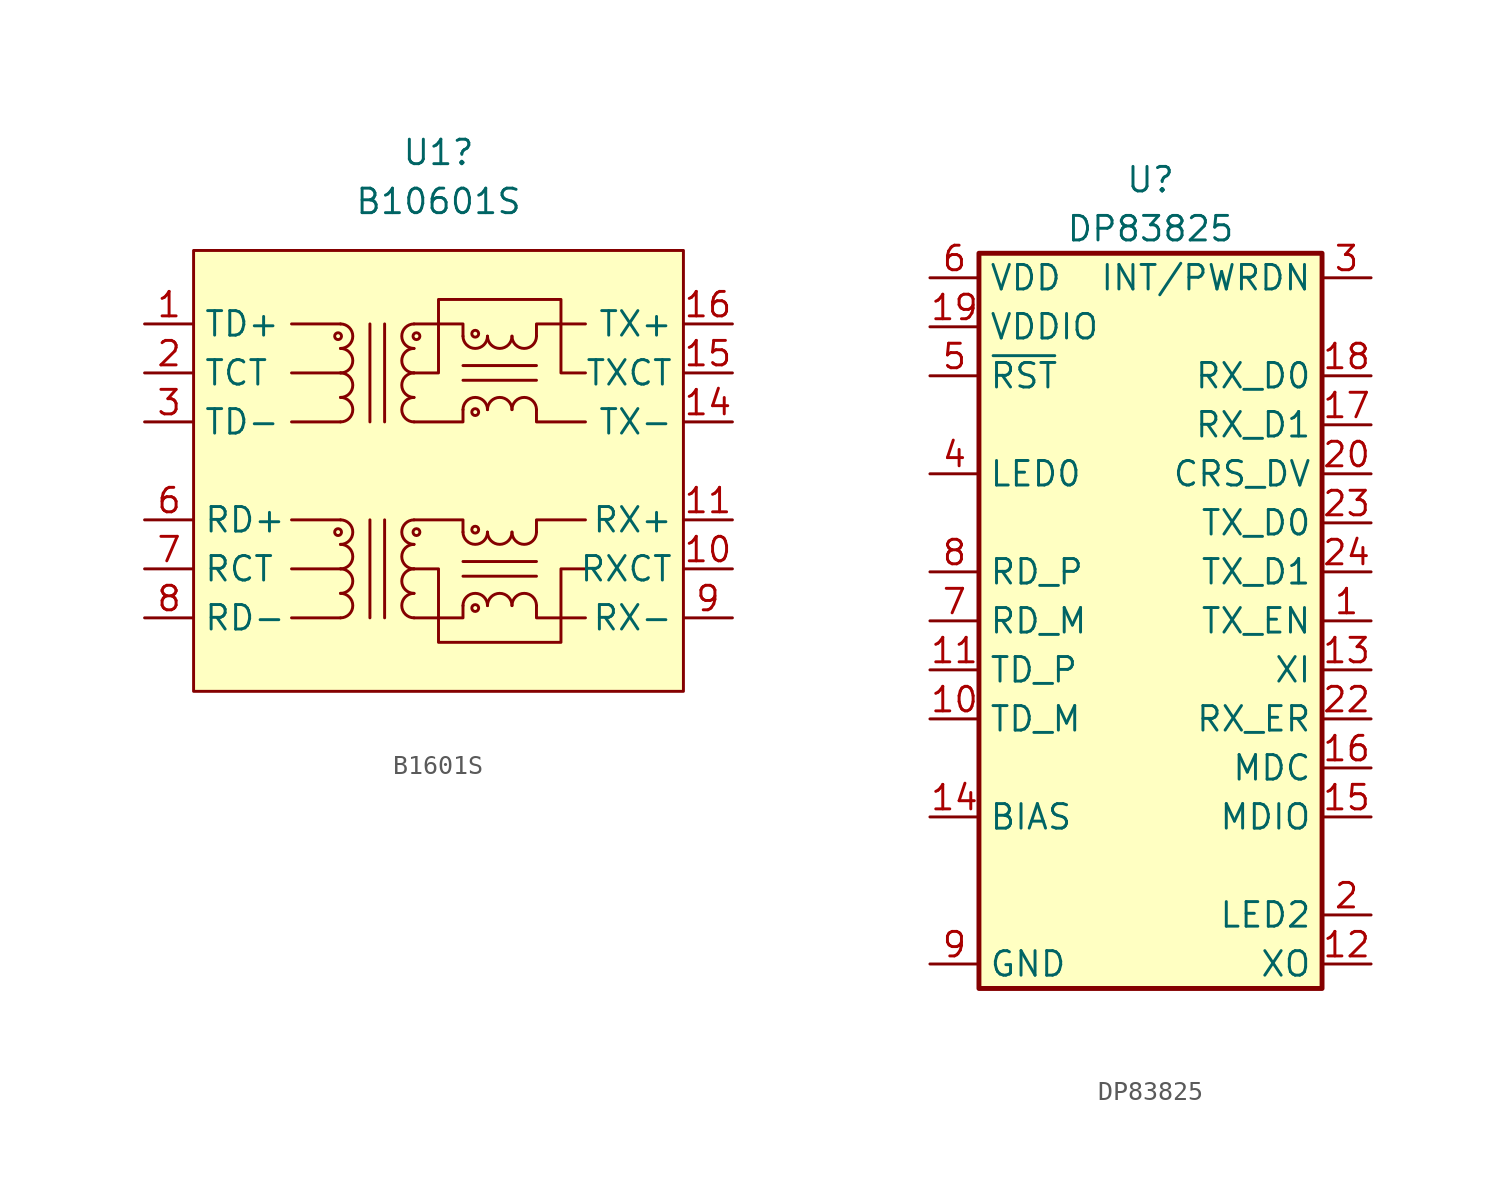
<source format=kicad_sym>
(kicad_symbol_lib
  (version 20241209)
  (generator "kicad_symbol_editor")
  (generator_version "9.0")
  (symbol "B1601S"
    (property "Reference" "U1"
      (at 0 16.51 0)
      (effects (font (size 1.27 1.27))))
    (property "Value" "B10601S"
      (at 0 13.97 0)
      (effects (font (size 1.27 1.27))))
    (symbol "B1601S_0_1"
      (circle (center -5.207 -3.175) (radius 0.178) (stroke (width 0) (type default)) (fill (type none)))
      (arc (start -5.08 -2.54) (mid -4.4477 -3.175) (end -5.08 -3.81) (stroke (width 0) (type default)) (fill (type none)))
      (polyline (pts (xy -5.08 -2.54) (xy -7.62 -2.54)) (stroke (width 0) (type default)) (fill (type none)))
      (polyline (pts (xy -5.08 -5.08) (xy -7.62 -5.08)) (stroke (width 0) (type default)) (fill (type none)))
      (polyline (pts (xy -5.08 -7.62) (xy -7.62 -7.62)) (stroke (width 0) (type default)) (fill (type none)))
      (polyline (pts (xy -3.556 7.62) (xy -3.556 2.54)) (stroke (width 0) (type default)) (fill (type none)))
      (polyline (pts (xy -3.556 -7.62) (xy -3.556 -2.54)) (stroke (width 0) (type default)) (fill (type none)))
      (polyline (pts (xy -2.794 2.54) (xy -2.794 7.62)) (stroke (width 0) (type default)) (fill (type none)))
      (polyline (pts (xy -2.794 -2.54) (xy -2.794 -7.62)) (stroke (width 0) (type default)) (fill (type none)))
      (polyline (pts (xy -1.27 -5.08) (xy 0 -5.08) (xy 0 -8.89) (xy 6.35 -8.89) (xy 6.35 -5.08) (xy 7.62 -5.08)) (stroke (width 0) (type default)) (fill (type none)))
      (polyline (pts (xy -1.27 -7.62) (xy 1.27 -7.62) (xy 1.27 -6.985)) (stroke (width 0) (type default)) (fill (type none)))
      (polyline (pts (xy 1.27 -3.175) (xy 1.27 -2.54) (xy -1.27 -2.54)) (stroke (width 0) (type default)) (fill (type none)))
      (polyline (pts (xy 1.27 -4.699) (xy 5.08 -4.699)) (stroke (width 0) (type default)) (fill (type none)))
      (polyline (pts (xy 1.27 -5.461) (xy 5.08 -5.461)) (stroke (width 0) (type default)) (fill (type none)))
      (polyline (pts (xy 5.08 -3.175) (xy 5.08 -2.54) (xy 7.62 -2.54)) (stroke (width 0) (type default)) (fill (type none)))
      (polyline (pts (xy 5.08 -6.985) (xy 5.08 -7.62) (xy 7.62 -7.62)) (stroke (width 0) (type default)) (fill (type none))))
    (symbol "B1601S_1_1"
      (rectangle (start -12.7 11.43) (end 12.7 -11.43) (stroke (width 0) (type solid)) (fill (type background)))
      (circle (center -5.207 6.985) (radius 0.178) (stroke (width 0) (type default)) (fill (type none)))
      (arc (start -5.08 7.62) (mid -4.4477 6.985) (end -5.08 6.35) (stroke (width 0) (type default)) (fill (type none)))
      (arc (start -5.08 6.35) (mid -4.4477 5.715) (end -5.08 5.08) (stroke (width 0) (type default)) (fill (type none)))
      (arc (start -5.08 5.08) (mid -4.4477 4.445) (end -5.08 3.81) (stroke (width 0) (type default)) (fill (type none)))
      (arc (start -5.08 3.81) (mid -4.4477 3.175) (end -5.08 2.54) (stroke (width 0) (type default)) (fill (type none)))
      (arc (start -5.08 -3.81) (mid -4.4477 -4.445) (end -5.08 -5.08) (stroke (width 0) (type default)) (fill (type none)))
      (arc (start -5.08 -5.08) (mid -4.4477 -5.715) (end -5.08 -6.35) (stroke (width 0) (type default)) (fill (type none)))
      (arc (start -5.08 -6.35) (mid -4.4477 -6.985) (end -5.08 -7.62) (stroke (width 0) (type default)) (fill (type none)))
      (polyline (pts (xy -5.08 7.62) (xy -7.62 7.62)) (stroke (width 0) (type default)) (fill (type none)))
      (polyline (pts (xy -5.08 5.08) (xy -7.62 5.08)) (stroke (width 0) (type default)) (fill (type none)))
      (polyline (pts (xy -5.08 2.54) (xy -7.62 2.54)) (stroke (width 0) (type default)) (fill (type none)))
      (polyline (pts (xy -1.27 2.54) (xy 1.27 2.54) (xy 1.27 3.175)) (stroke (width 0) (type default)) (fill (type none)))
      (arc (start -1.27 6.35) (mid -1.9023 6.985) (end -1.27 7.62) (stroke (width 0) (type default)) (fill (type none)))
      (arc (start -1.27 5.08) (mid -1.9023 5.715) (end -1.27 6.35) (stroke (width 0) (type default)) (fill (type none)))
      (arc (start -1.27 3.81) (mid -1.9023 4.445) (end -1.27 5.08) (stroke (width 0) (type default)) (fill (type none)))
      (arc (start -1.27 2.54) (mid -1.9023 3.175) (end -1.27 3.81) (stroke (width 0) (type default)) (fill (type none)))
      (arc (start -1.27 -3.81) (mid -1.9023 -3.175) (end -1.27 -2.54) (stroke (width 0) (type default)) (fill (type none)))
      (arc (start -1.27 -5.08) (mid -1.9023 -4.445) (end -1.27 -3.81) (stroke (width 0) (type default)) (fill (type none)))
      (arc (start -1.27 -6.35) (mid -1.9023 -5.715) (end -1.27 -5.08) (stroke (width 0) (type default)) (fill (type none)))
      (arc (start -1.27 -7.62) (mid -1.9023 -6.985) (end -1.27 -6.35) (stroke (width 0) (type default)) (fill (type none)))
      (circle (center -1.143 6.985) (radius 0.178) (stroke (width 0) (type default)) (fill (type none)))
      (circle (center -1.143 -3.175) (radius 0.178) (stroke (width 0) (type default)) (fill (type none)))
      (polyline (pts (xy 1.27 6.985) (xy 1.27 7.62) (xy -1.27 7.62)) (stroke (width 0) (type default)) (fill (type none)))
      (polyline (pts (xy 1.27 5.461) (xy 5.08 5.461)) (stroke (width 0) (type default)) (fill (type none)))
      (polyline (pts (xy 1.27 4.699) (xy 5.08 4.699)) (stroke (width 0) (type default)) (fill (type none)))
      (circle (center 1.905 7.112) (radius 0.178) (stroke (width 0) (type default)) (fill (type none)))
      (arc (start 2.54 6.985) (mid 1.905 6.3527) (end 1.27 6.985) (stroke (width 0) (type default)) (fill (type none)))
      (arc (start 1.27 3.175) (mid 1.905 3.8073) (end 2.54 3.175) (stroke (width 0) (type default)) (fill (type none)))
      (circle (center 1.905 3.048) (radius 0.178) (stroke (width 0) (type default)) (fill (type none)))
      (circle (center 1.905 -3.048) (radius 0.178) (stroke (width 0) (type default)) (fill (type none)))
      (arc (start 2.54 -3.175) (mid 1.905 -3.8073) (end 1.27 -3.175) (stroke (width 0) (type default)) (fill (type none)))
      (arc (start 1.27 -6.985) (mid 1.905 -6.3527) (end 2.54 -6.985) (stroke (width 0) (type default)) (fill (type none)))
      (circle (center 1.905 -7.112) (radius 0.178) (stroke (width 0) (type default)) (fill (type none)))
      (arc (start 3.81 6.985) (mid 3.175 6.3527) (end 2.54 6.985) (stroke (width 0) (type default)) (fill (type none)))
      (arc (start 2.54 3.175) (mid 3.175 3.8073) (end 3.81 3.175) (stroke (width 0) (type default)) (fill (type none)))
      (arc (start 3.81 -3.175) (mid 3.175 -3.8073) (end 2.54 -3.175) (stroke (width 0) (type default)) (fill (type none)))
      (arc (start 2.54 -6.985) (mid 3.175 -6.3527) (end 3.81 -6.985) (stroke (width 0) (type default)) (fill (type none)))
      (arc (start 5.08 6.985) (mid 4.445 6.3527) (end 3.81 6.985) (stroke (width 0) (type default)) (fill (type none)))
      (arc (start 3.81 3.175) (mid 4.445 3.8073) (end 5.08 3.175) (stroke (width 0) (type default)) (fill (type none)))
      (arc (start 5.08 -3.175) (mid 4.445 -3.8073) (end 3.81 -3.175) (stroke (width 0) (type default)) (fill (type none)))
      (arc (start 3.81 -6.985) (mid 4.445 -6.3527) (end 5.08 -6.985) (stroke (width 0) (type default)) (fill (type none)))
      (polyline (pts (xy 5.08 6.985) (xy 5.08 7.62) (xy 7.62 7.62)) (stroke (width 0) (type default)) (fill (type none)))
      (polyline (pts (xy 5.08 3.175) (xy 5.08 2.54) (xy 7.62 2.54)) (stroke (width 0) (type default)) (fill (type none)))
      (polyline (pts (xy 7.62 5.08) (xy 6.35 5.08) (xy 6.35 8.89) (xy 0 8.89) (xy 0 5.08) (xy -1.27 5.08)) (stroke (width 0) (type default)) (fill (type none)))
      (pin passive line (at -15.24 7.62 0) (length 2.54) (name "TD+" (effects (font (size 1.27 1.27)))) (number "1" (effects (font (size 1.27 1.27)))))
      (pin passive line (at -15.24 5.08 0) (length 2.54) (name "TCT" (effects (font (size 1.27 1.27)))) (number "2" (effects (font (size 1.27 1.27)))))
      (pin passive line (at -15.24 2.54 0) (length 2.54) (name "TD-" (effects (font (size 1.27 1.27)))) (number "3" (effects (font (size 1.27 1.27)))))
      (pin passive line (at -15.24 -2.54 0) (length 2.54) (name "RD+" (effects (font (size 1.27 1.27)))) (number "6" (effects (font (size 1.27 1.27)))))
      (pin passive line (at -15.24 -5.08 0) (length 2.54) (name "RCT" (effects (font (size 1.27 1.27)))) (number "7" (effects (font (size 1.27 1.27)))))
      (pin passive line (at -15.24 -7.62 0) (length 2.54) (name "RD-" (effects (font (size 1.27 1.27)))) (number "8" (effects (font (size 1.27 1.27)))))
      (pin passive line (at 15.24 7.62 180) (length 2.54) (name "TX+" (effects (font (size 1.27 1.27)))) (number "16" (effects (font (size 1.27 1.27)))))
      (pin passive line (at 15.24 5.08 180) (length 2.54) (name "TXCT" (effects (font (size 1.27 1.27)))) (number "15" (effects (font (size 1.27 1.27)))))
      (pin passive line (at 15.24 2.54 180) (length 2.54) (name "TX-" (effects (font (size 1.27 1.27)))) (number "14" (effects (font (size 1.27 1.27)))))
      (pin passive line (at 15.24 -2.54 180) (length 2.54) (name "RX+" (effects (font (size 1.27 1.27)))) (number "11" (effects (font (size 1.27 1.27)))))
      (pin passive line (at 15.24 -5.08 180) (length 2.54) (name "RXCT" (effects (font (size 1.27 1.27)))) (number "10" (effects (font (size 1.27 1.27)))))
      (pin passive line (at 15.24 -7.62 180) (length 2.54) (name "RX-" (effects (font (size 1.27 1.27)))) (number "9" (effects (font (size 1.27 1.27)))))))
  (symbol "DP83825"
    (property "Reference" "U"
      (at 0 22.86 0)
      (effects (font (size 1.27 1.27))))
    (property "Value" "DP83825"
      (at 0 20.32 0)
      (effects (font (size 1.27 1.27))))
    (symbol "DP83825_1_1"
      (rectangle (start -8.89 19.05) (end 8.89 -19.05) (stroke (width 0.254) (type default)) (fill (type background)))
      (pin power_in line (at -11.43 17.78 0) (length 2.54) (name "VDD" (effects (font (size 1.27 1.27)))) (number "6" (effects (font (size 1.27 1.27)))))
      (pin power_in line (at -11.43 15.24 0) (length 2.54) (name "VDDIO" (effects (font (size 1.27 1.27)))) (number "19" (effects (font (size 1.27 1.27)))))
      (pin input line (at -11.43 12.7 0) (length 2.54) (name "~{RST}" (effects (font (size 1.27 1.27)))) (number "5" (effects (font (size 1.27 1.27)))))
      (pin output line (at -11.43 7.62 0) (length 2.54) (name "LED0" (effects (font (size 1.27 1.27)))) (number "4" (effects (font (size 1.27 1.27)))))
      (pin input line (at -11.43 2.54 0) (length 2.54) (name "RD_P" (effects (font (size 1.27 1.27)))) (number "8" (effects (font (size 1.27 1.27)))))
      (pin input line (at -11.43 0 0) (length 2.54) (name "RD_M" (effects (font (size 1.27 1.27)))) (number "7" (effects (font (size 1.27 1.27)))))
      (pin input line (at -11.43 -2.54 0) (length 2.54) (name "TD_P" (effects (font (size 1.27 1.27)))) (number "11" (effects (font (size 1.27 1.27)))))
      (pin input line (at -11.43 -5.08 0) (length 2.54) (name "TD_M" (effects (font (size 1.27 1.27)))) (number "10" (effects (font (size 1.27 1.27)))))
      (pin input line (at -11.43 -10.16 0) (length 2.54) (name "BIAS" (effects (font (size 1.27 1.27)))) (number "14" (effects (font (size 1.27 1.27)))))
      (pin power_out line (at -11.43 -17.78 0) (length 2.54) (hide yes) (name "GND" (effects (font (size 1.27 1.27)))) (number "21" (effects (font (size 1.27 1.27)))))
      (pin power_out line (at -11.43 -17.78 0) (length 2.54) (hide yes) (name "GND" (effects (font (size 1.27 1.27)))) (number "25" (effects (font (size 1.27 1.27)))))
      (pin power_out line (at -11.43 -17.78 0) (length 2.54) (name "GND" (effects (font (size 1.27 1.27)))) (number "9" (effects (font (size 1.27 1.27)))))
      (pin input line (at 11.43 17.78 180) (length 2.54) (name "INT/PWRDN" (effects (font (size 1.27 1.27)))) (number "3" (effects (font (size 1.27 1.27)))))
      (pin input line (at 11.43 12.7 180) (length 2.54) (name "RX_D0" (effects (font (size 1.27 1.27)))) (number "18" (effects (font (size 1.27 1.27)))))
      (pin output line (at 11.43 10.16 180) (length 2.54) (name "RX_D1" (effects (font (size 1.27 1.27)))) (number "17" (effects (font (size 1.27 1.27)))))
      (pin output line (at 11.43 7.62 180) (length 2.54) (name "CRS_DV" (effects (font (size 1.27 1.27)))) (number "20" (effects (font (size 1.27 1.27)))))
      (pin input line (at 11.43 5.08 180) (length 2.54) (name "TX_D0" (effects (font (size 1.27 1.27)))) (number "23" (effects (font (size 1.27 1.27)))))
      (pin input line (at 11.43 2.54 180) (length 2.54) (name "TX_D1" (effects (font (size 1.27 1.27)))) (number "24" (effects (font (size 1.27 1.27)))))
      (pin input line (at 11.43 0 180) (length 2.54) (name "TX_EN" (effects (font (size 1.27 1.27)))) (number "1" (effects (font (size 1.27 1.27)))))
      (pin input line (at 11.43 -2.54 180) (length 2.54) (name "XI" (effects (font (size 1.27 1.27)))) (number "13" (effects (font (size 1.27 1.27)))))
      (pin output line (at 11.43 -5.08 180) (length 2.54) (name "RX_ER" (effects (font (size 1.27 1.27)))) (number "22" (effects (font (size 1.27 1.27)))))
      (pin input line (at 11.43 -7.62 180) (length 2.54) (name "MDC" (effects (font (size 1.27 1.27)))) (number "16" (effects (font (size 1.27 1.27)))))
      (pin bidirectional line (at 11.43 -10.16 180) (length 2.54) (name "MDIO" (effects (font (size 1.27 1.27)))) (number "15" (effects (font (size 1.27 1.27)))))
      (pin output line (at 11.43 -15.24 180) (length 2.54) (name "LED2" (effects (font (size 1.27 1.27)))) (number "2" (effects (font (size 1.27 1.27)))))
      (pin input line (at 11.43 -17.78 180) (length 2.54) (name "XO" (effects (font (size 1.27 1.27)))) (number "12" (effects (font (size 1.27 1.27))))))))
</source>
